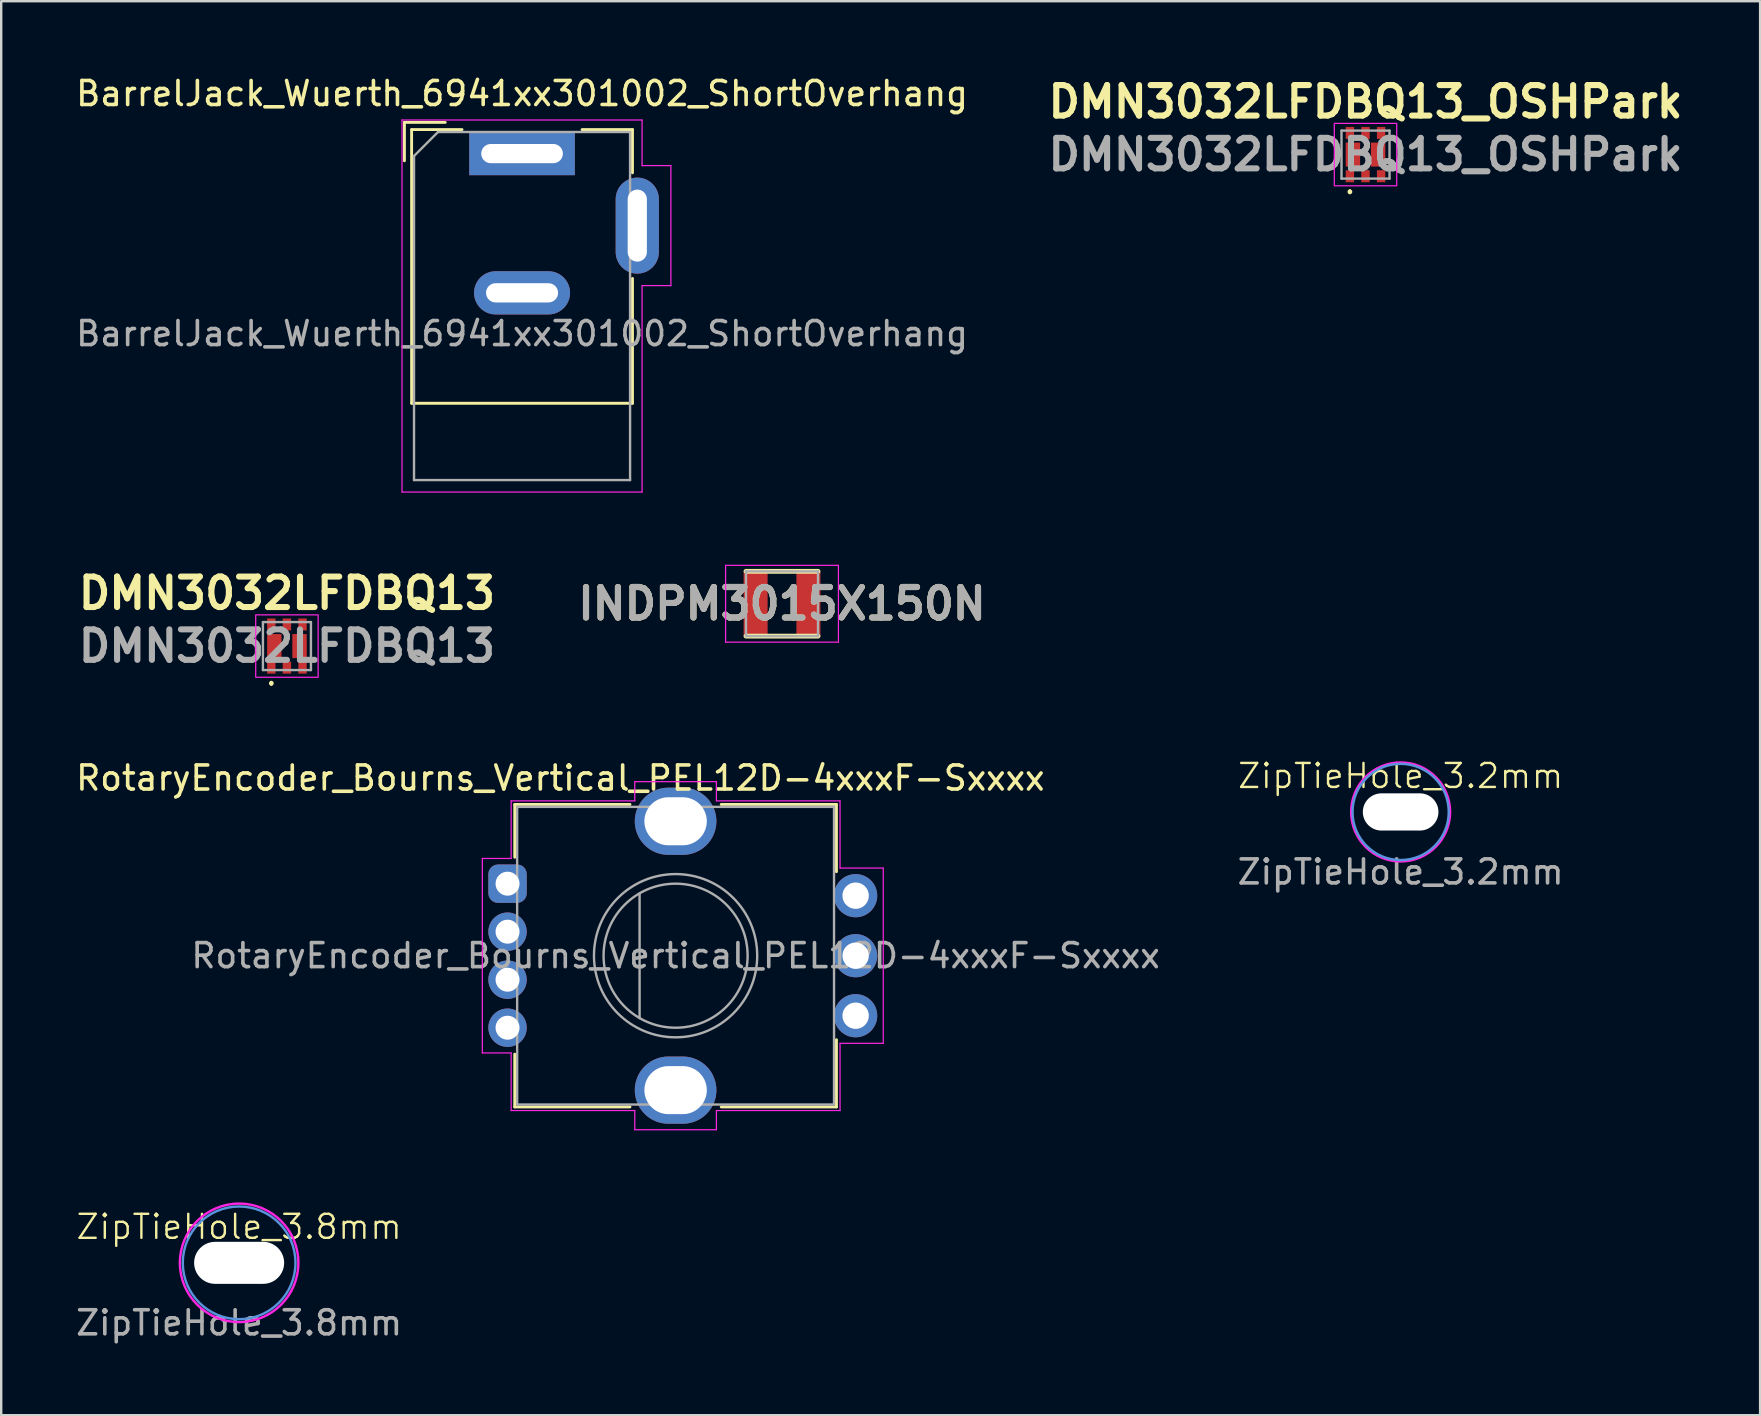
<source format=kicad_pcb>
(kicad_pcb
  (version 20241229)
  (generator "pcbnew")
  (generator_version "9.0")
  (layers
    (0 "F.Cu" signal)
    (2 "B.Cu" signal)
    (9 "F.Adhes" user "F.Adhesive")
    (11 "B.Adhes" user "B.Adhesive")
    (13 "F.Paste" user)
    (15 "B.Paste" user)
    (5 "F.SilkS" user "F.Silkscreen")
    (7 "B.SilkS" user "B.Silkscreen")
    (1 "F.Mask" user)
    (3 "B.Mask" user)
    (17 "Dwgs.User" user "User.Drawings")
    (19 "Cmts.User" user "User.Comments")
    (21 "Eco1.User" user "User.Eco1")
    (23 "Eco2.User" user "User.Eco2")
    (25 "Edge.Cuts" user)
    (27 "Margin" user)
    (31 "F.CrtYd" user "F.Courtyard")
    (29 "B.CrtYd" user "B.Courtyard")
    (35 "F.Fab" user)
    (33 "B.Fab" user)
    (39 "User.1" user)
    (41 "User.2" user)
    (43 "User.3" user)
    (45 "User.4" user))
  (footprint "ZipTieHole_3.2mm"
    (layer "F.Cu")
    (at 55.294 30.772)
    (property "Reference" "ZipTieHole_3.2mm" (at 0 -1.5 0) (unlocked yes) (layer "F.SilkS") (effects (font (size 1 1) (thickness 0.1))))
    (attr through_hole)
    (fp_circle (center 0 0) (end 1.467 1.365) (stroke (width 0.1) (type solid)) (fill no) (layer "Cmts.User"))
    (fp_circle (center 0 0) (end 2 0.5) (stroke (width 0.1) (type solid)) (fill no) (layer "F.CrtYd"))
    (fp_text user "${REFERENCE}" (at 0 2.5 0) (unlocked yes) (layer "F.Fab") (effects (font (size 1 1) (thickness 0.15))))
    (pad "" np_thru_hole oval (at 0 0) (size 3.15 1.55) (drill oval 3.2 1.6) (layers "*.Cu" "*.Mask")))
  (footprint "ZipTieHole_3.8mm"
    (layer "F.Cu")
    (at 6.911 49.554)
    (property "Reference" "ZipTieHole_3.8mm" (at 0 -1.5 0) (unlocked yes) (layer "F.SilkS") (effects (font (size 1 1) (thickness 0.1))))
    (attr through_hole)
    (fp_circle (center 0 0) (end 1.876 1.41) (stroke (width 0.1) (type solid)) (fill no) (layer "Cmts.User"))
    (fp_circle (center 0 0) (end 2.418 0.496) (stroke (width 0.1) (type solid)) (fill no) (layer "F.CrtYd"))
    (fp_text user "${REFERENCE}" (at 0 2.5 0) (unlocked yes) (layer "F.Fab") (effects (font (size 1 1) (thickness 0.15))))
    (pad "" np_thru_hole oval (at 0 0) (size 3.75 1.75) (drill oval 3.8 1.8) (layers "*.Cu" "*.Mask")))
  (footprint "DMN3032LFDBQ13"
    (layer "F.Cu")
    (at 8.902 23.862)
    (property "Reference" "DMN3032LFDBQ13" (at 0 -2.2 180) (layer "F.SilkS") (effects (font (size 1.27 1.27) (thickness 0.254))))
    (attr smd)
    (fp_line (start -0.65 1.5) (end -0.65 1.5) (stroke (width 0.1) (type solid)) (layer "F.SilkS"))
    (fp_line (start -0.65 1.6) (end -0.65 1.6) (stroke (width 0.1) (type solid)) (layer "F.SilkS"))
    (fp_arc (start -0.65 1.5) (mid -0.6 1.55) (end -0.65 1.6) (stroke (width 0.1) (type solid)) (layer "F.SilkS"))
    (fp_arc (start -0.65 1.6) (mid -0.7 1.55) (end -0.65 1.5) (stroke (width 0.1) (type solid)) (layer "F.SilkS"))
    (fp_rect (start -1.3 -1.3) (end 1.3 1.3) (stroke (width 0.05) (type default)) (fill no) (layer "F.CrtYd"))
    (fp_line (start -1 -1) (end 1 -1) (stroke (width 0.1) (type solid)) (layer "F.Fab"))
    (fp_line (start -1 1) (end -1 -1) (stroke (width 0.1) (type solid)) (layer "F.Fab"))
    (fp_line (start 1 -1) (end 1 1) (stroke (width 0.1) (type solid)) (layer "F.Fab"))
    (fp_line (start 1 1) (end -1 1) (stroke (width 0.1) (type solid)) (layer "F.Fab"))
    (fp_text user "${REFERENCE}" (at 0 0 0) (layer "F.Fab") (effects (font (size 1.27 1.27) (thickness 0.254))))
    (pad "1" smd rect (at -0.65 0.9) (size 0.35 0.5) (layers "F.Cu" "F.Mask" "F.Paste"))
    (pad "2" smd rect (at 0 0.9) (size 0.35 0.5) (layers "F.Cu" "F.Mask" "F.Paste"))
    (pad "3" smd rect (at 0.525 0) (size 0.6 1) (layers "F.Cu" "F.Mask" "F.Paste"))
    (pad "3" smd rect (at 0.65 0.9) (size 0.35 0.5) (layers "F.Cu" "F.Mask" "F.Paste"))
    (pad "4" smd rect (at 0.65 -0.9) (size 0.35 0.5) (layers "F.Cu" "F.Mask" "F.Paste"))
    (pad "5" smd rect (at 0 -0.9) (size 0.35 0.5) (layers "F.Cu" "F.Mask" "F.Paste"))
    (pad "6" smd rect (at -0.65 -0.9) (size 0.35 0.5) (layers "F.Cu" "F.Mask" "F.Paste"))
    (pad "6" smd rect (at -0.525 0) (size 0.6 1) (layers "F.Cu" "F.Mask" "F.Paste")))
  (footprint "BarrelJack_Wuerth_6941xx301002_ShortOverhang"
    (layer "F.Cu")
    (at 18.696 3.348)
    (property "Reference" "BarrelJack_Wuerth_6941xx301002_ShortOverhang" (at 0 -2.5 0) (layer "F.SilkS") (effects (font (size 1 1) (thickness 0.15))))
    (attr through_hole)
    (fp_line (start -4.9 -1.3) (end -4.9 0.3) (stroke (width 0.12) (type solid)) (layer "F.SilkS"))
    (fp_line (start -4.6 -1) (end -2.5 -1) (stroke (width 0.12) (type solid)) (layer "F.SilkS"))
    (fp_line (start -4.6 10.4) (end -4.6 -1) (stroke (width 0.12) (type solid)) (layer "F.SilkS"))
    (fp_line (start -3.2 -1.3) (end -4.9 -1.3) (stroke (width 0.12) (type solid)) (layer "F.SilkS"))
    (fp_line (start 2.5 -1) (end 4.6 -1) (stroke (width 0.12) (type solid)) (layer "F.SilkS"))
    (fp_line (start 4.6 -1) (end 4.6 0.8) (stroke (width 0.12) (type solid)) (layer "F.SilkS"))
    (fp_line (start 4.6 5.2) (end 4.6 10.4) (stroke (width 0.12) (type solid)) (layer "F.SilkS"))
    (fp_line (start 4.6 10.4) (end -4.6 10.4) (stroke (width 0.12) (type solid)) (layer "F.SilkS"))
    (fp_line (start -5 -1.4) (end -5 14.1) (stroke (width 0.05) (type solid)) (layer "F.CrtYd"))
    (fp_line (start -5 14.1) (end 5 14.1) (stroke (width 0.05) (type solid)) (layer "F.CrtYd"))
    (fp_line (start 5 -1.4) (end -5 -1.4) (stroke (width 0.05) (type solid)) (layer "F.CrtYd"))
    (fp_line (start 5 0.5) (end 5 -1.4) (stroke (width 0.05) (type solid)) (layer "F.CrtYd"))
    (fp_line (start 5 14.1) (end 5 5.5) (stroke (width 0.05) (type solid)) (layer "F.CrtYd"))
    (fp_line (start 6.2 0.5) (end 5 0.5) (stroke (width 0.05) (type solid)) (layer "F.CrtYd"))
    (fp_line (start 6.2 0.5) (end 6.2 5.5) (stroke (width 0.05) (type solid)) (layer "F.CrtYd"))
    (fp_line (start 6.2 5.5) (end 5 5.5) (stroke (width 0.05) (type solid)) (layer "F.CrtYd"))
    (fp_line (start -4.5 0.1) (end -3.5 -0.9) (stroke (width 0.1) (type solid)) (layer "F.Fab"))
    (fp_line (start -4.5 13.6) (end -4.5 0.1) (stroke (width 0.1) (type solid)) (layer "F.Fab"))
    (fp_line (start 4.5 -0.9) (end -3.5 -0.9) (stroke (width 0.1) (type solid)) (layer "F.Fab"))
    (fp_line (start 4.5 -0.9) (end 4.5 13.6) (stroke (width 0.1) (type solid)) (layer "F.Fab"))
    (fp_line (start 4.5 13.6) (end -4.5 13.6) (stroke (width 0.1) (type solid)) (layer "F.Fab"))
    (fp_text user "${REFERENCE}" (at 0 7.5 0) (layer "F.Fab") (effects (font (size 1 1) (thickness 0.15))))
    (pad "1" thru_hole rect (at 0 0) (size 4.4 1.8) (drill oval 3.4 0.8) (layers "*.Cu" "*.Mask"))
    (pad "2" thru_hole oval (at 0 5.8) (size 4 1.8) (drill oval 3 0.8) (layers "*.Cu" "*.Mask"))
    (pad "3" thru_hole oval (at 4.8 3 90) (size 4 1.8) (drill oval 3 0.8) (layers "*.Cu" "*.Mask")))
  (footprint "INDPM3015X150N"
    (layer "F.Cu")
    (at 29.525 22.098)
    (property "Reference" "INDPM3015X150N" (at 0 0 0) (layer "F.SilkS") (effects (font (size 1.27 1.27) (thickness 0.254))))
    (attr smd)
    (fp_line (start -1.5 1.35) (end 1.5 1.35) (stroke (width 0.2) (type solid)) (layer "F.SilkS"))
    (fp_line (start 1.5 -1.35) (end -1.5 -1.35) (stroke (width 0.2) (type solid)) (layer "F.SilkS"))
    (fp_line (start -2.35 -1.6) (end 2.35 -1.6) (stroke (width 0.05) (type solid)) (layer "F.CrtYd"))
    (fp_line (start -2.35 1.6) (end -2.35 -1.6) (stroke (width 0.05) (type solid)) (layer "F.CrtYd"))
    (fp_line (start 2.35 -1.6) (end 2.35 1.6) (stroke (width 0.05) (type solid)) (layer "F.CrtYd"))
    (fp_line (start 2.35 1.6) (end -2.35 1.6) (stroke (width 0.05) (type solid)) (layer "F.CrtYd"))
    (fp_line (start -1.5 -1.35) (end 1.5 -1.35) (stroke (width 0.1) (type solid)) (layer "F.Fab"))
    (fp_line (start -1.5 1.35) (end -1.5 -1.35) (stroke (width 0.1) (type solid)) (layer "F.Fab"))
    (fp_line (start 1.5 -1.35) (end 1.5 1.35) (stroke (width 0.1) (type solid)) (layer "F.Fab"))
    (fp_line (start 1.5 1.35) (end -1.5 1.35) (stroke (width 0.1) (type solid)) (layer "F.Fab"))
    (fp_text user "${REFERENCE}" (at 0 0 0) (layer "F.Fab") (effects (font (size 1.27 1.27) (thickness 0.254))))
    (pad "1" smd rect (at -1.1 0) (size 1 2.7) (layers "F.Cu" "F.Mask" "F.Paste"))
    (pad "2" smd rect (at 1.1 0) (size 1 2.7) (layers "F.Cu" "F.Mask" "F.Paste")))
  (footprint "DMN3032LFDBQ13_OSHPark"
    (layer "F.Cu")
    (at 53.831 3.389)
    (property "Reference" "DMN3032LFDBQ13_OSHPark" (at 0 -2.2 180) (layer "F.SilkS") (effects (font (size 1.27 1.27) (thickness 0.254))))
    (attr smd)
    (fp_line (start -0.65 1.5) (end -0.65 1.5) (stroke (width 0.1) (type solid)) (layer "F.SilkS"))
    (fp_line (start -0.65 1.6) (end -0.65 1.6) (stroke (width 0.1) (type solid)) (layer "F.SilkS"))
    (fp_arc (start -0.65 1.5) (mid -0.6 1.55) (end -0.65 1.6) (stroke (width 0.1) (type solid)) (layer "F.SilkS"))
    (fp_arc (start -0.65 1.6) (mid -0.7 1.55) (end -0.65 1.5) (stroke (width 0.1) (type solid)) (layer "F.SilkS"))
    (fp_rect (start -1.3 -1.3) (end 1.3 1.3) (stroke (width 0.05) (type default)) (fill no) (layer "F.CrtYd"))
    (fp_line (start -1 -1) (end 1 -1) (stroke (width 0.1) (type solid)) (layer "F.Fab"))
    (fp_line (start -1 1) (end -1 -1) (stroke (width 0.1) (type solid)) (layer "F.Fab"))
    (fp_line (start 1 -1) (end 1 1) (stroke (width 0.1) (type solid)) (layer "F.Fab"))
    (fp_line (start 1 1) (end -1 1) (stroke (width 0.1) (type solid)) (layer "F.Fab"))
    (fp_text user "${REFERENCE}" (at 0 0 0) (layer "F.Fab") (effects (font (size 1.27 1.27) (thickness 0.254))))
    (pad "1" smd rect (at -0.65 0.902) (size 0.35 0.5) (layers "F.Cu" "F.Mask" "F.Paste"))
    (pad "2" smd rect (at 0 0.902) (size 0.35 0.5) (layers "F.Cu" "F.Mask" "F.Paste"))
    (pad "3" smd rect (at 0.525 0) (size 0.6 1) (layers "F.Cu" "F.Mask" "F.Paste"))
    (pad "3" smd rect (at 0.65 0.902) (size 0.35 0.5) (layers "F.Cu" "F.Mask" "F.Paste"))
    (pad "4" smd rect (at 0.65 -0.902) (size 0.35 0.5) (layers "F.Cu" "F.Mask" "F.Paste"))
    (pad "5" smd rect (at 0 -0.902) (size 0.35 0.5) (layers "F.Cu" "F.Mask" "F.Paste"))
    (pad "6" smd rect (at -0.65 -0.902) (size 0.35 0.5) (layers "F.Cu" "F.Mask" "F.Paste"))
    (pad "6" smd rect (at -0.525 0) (size 0.6 1) (layers "F.Cu" "F.Mask" "F.Paste")))
  (footprint "RotaryEncoder_Bourns_Vertical_PEL12D-4xxxF-Sxxxx"
    (layer "F.Cu")
    (at 18.092 33.76)
    (property "Reference" "RotaryEncoder_Bourns_Vertical_PEL12D-4xxxF-Sxxxx" (at 2.2 -4.4 180) (layer "F.SilkS") (effects (font (size 1 1) (thickness 0.15))))
    (attr through_hole)
    (fp_line (start 0.3 -3.3) (end 0.3 -1.1) (stroke (width 0.12) (type default)) (layer "F.SilkS"))
    (fp_line (start 0.3 7.1) (end 0.3 9.3) (stroke (width 0.12) (type default)) (layer "F.SilkS"))
    (fp_line (start 0.3 9.3) (end 5.1 9.3) (stroke (width 0.12) (type default)) (layer "F.SilkS"))
    (fp_line (start 5.1 -3.3) (end 0.3 -3.3) (stroke (width 0.12) (type default)) (layer "F.SilkS"))
    (fp_line (start 8.9 -3.3) (end 13.7 -3.3) (stroke (width 0.12) (type default)) (layer "F.SilkS"))
    (fp_line (start 13.7 -3.3) (end 13.7 -0.5) (stroke (width 0.12) (type default)) (layer "F.SilkS"))
    (fp_line (start 13.7 6.5) (end 13.7 9.3) (stroke (width 0.12) (type default)) (layer "F.SilkS"))
    (fp_line (start 13.7 9.3) (end 8.9 9.3) (stroke (width 0.12) (type default)) (layer "F.SilkS"))
    (fp_line (start -1.05 -1.05) (end -1.05 7.05) (stroke (width 0.05) (type default)) (layer "F.CrtYd"))
    (fp_line (start -1.05 7.05) (end 0.15 7.05) (stroke (width 0.05) (type default)) (layer "F.CrtYd"))
    (fp_line (start 0.15 -3.45) (end 0.15 -1.05) (stroke (width 0.05) (type default)) (layer "F.CrtYd"))
    (fp_line (start 0.15 -1.05) (end -1.05 -1.05) (stroke (width 0.05) (type default)) (layer "F.CrtYd"))
    (fp_line (start 0.15 7.05) (end 0.15 9.45) (stroke (width 0.05) (type default)) (layer "F.CrtYd"))
    (fp_line (start 0.15 9.45) (end 5.3 9.45) (stroke (width 0.05) (type default)) (layer "F.CrtYd"))
    (fp_line (start 5.3 -4.25) (end 5.3 -3.45) (stroke (width 0.05) (type default)) (layer "F.CrtYd"))
    (fp_line (start 5.3 -3.45) (end 0.15 -3.45) (stroke (width 0.05) (type default)) (layer "F.CrtYd"))
    (fp_line (start 5.3 9.45) (end 5.3 10.25) (stroke (width 0.05) (type default)) (layer "F.CrtYd"))
    (fp_line (start 5.3 10.25) (end 8.7 10.25) (stroke (width 0.05) (type default)) (layer "F.CrtYd"))
    (fp_line (start 8.7 -4.25) (end 5.3 -4.25) (stroke (width 0.05) (type default)) (layer "F.CrtYd"))
    (fp_line (start 8.7 -3.45) (end 8.7 -4.25) (stroke (width 0.05) (type default)) (layer "F.CrtYd"))
    (fp_line (start 8.7 9.45) (end 13.85 9.45) (stroke (width 0.05) (type default)) (layer "F.CrtYd"))
    (fp_line (start 8.7 10.25) (end 8.7 9.45) (stroke (width 0.05) (type default)) (layer "F.CrtYd"))
    (fp_line (start 13.85 -3.45) (end 8.7 -3.45) (stroke (width 0.05) (type default)) (layer "F.CrtYd"))
    (fp_line (start 13.85 -0.65) (end 13.85 -3.45) (stroke (width 0.05) (type default)) (layer "F.CrtYd"))
    (fp_line (start 13.85 6.65) (end 15.65 6.65) (stroke (width 0.05) (type default)) (layer "F.CrtYd"))
    (fp_line (start 13.85 9.45) (end 13.85 6.65) (stroke (width 0.05) (type default)) (layer "F.CrtYd"))
    (fp_line (start 15.65 -0.65) (end 13.85 -0.65) (stroke (width 0.05) (type default)) (layer "F.CrtYd"))
    (fp_line (start 15.65 6.65) (end 15.65 -0.65) (stroke (width 0.05) (type default)) (layer "F.CrtYd"))
    (fp_line (start 5.5 5.6) (end 5.5 0.4) (stroke (width 0.1) (type default)) (layer "F.Fab"))
    (fp_rect (start 0.4 -3.2) (end 13.6 9.2) (stroke (width 0.1) (type default)) (fill no) (layer "F.Fab"))
    (fp_circle (center 7 3) (end 7 -0.4) (stroke (width 0.1) (type solid)) (fill no) (layer "F.Fab"))
    (fp_circle (center 7 3) (end 7 0) (stroke (width 0.1) (type default)) (fill no) (layer "F.Fab"))
    (fp_text user "${REFERENCE}" (at 7 3 180) (layer "F.Fab") (effects (font (size 1 1) (thickness 0.15))))
    (pad "1" thru_hole roundrect (at 0 0 90) (size 1.6 1.6) (drill 1) (layers "*.Cu" "*.Mask") (roundrect_rratio 0.25))
    (pad "2" thru_hole circle (at 0 2 90) (size 1.6 1.6) (drill 1) (layers "*.Cu" "*.Mask"))
    (pad "3" thru_hole circle (at 0 4 90) (size 1.6 1.6) (drill 1) (layers "*.Cu" "*.Mask"))
    (pad "4" thru_hole circle (at 0 6 90) (size 1.6 1.6) (drill 1) (layers "*.Cu" "*.Mask"))
    (pad "A" thru_hole circle (at 14.5 5.5 90) (size 1.8 1.8) (drill 1.1) (layers "*.Cu" "*.Mask"))
    (pad "B" thru_hole circle (at 14.5 0.5 90) (size 1.8 1.8) (drill 1.1) (layers "*.Cu" "*.Mask"))
    (pad "C" thru_hole circle (at 14.5 3 90) (size 1.8 1.8) (drill 1.1) (layers "*.Cu" "*.Mask"))
    (pad "SH" thru_hole oval (at 7 -2.6 90) (size 2.8 3.4) (drill oval 2 2.6) (layers "*.Cu" "*.Mask"))
    (pad "SH" thru_hole oval (at 7 8.6 180) (size 3.4 2.8) (drill oval 2.6 2) (layers "*.Cu" "*.Mask")))
  (gr_rect
    (start -3 -3)
    (end 70.268 55.902)
    (stroke (width 0.1) (type default))
    (fill no)
    (layer "Edge.Cuts")))
</source>
